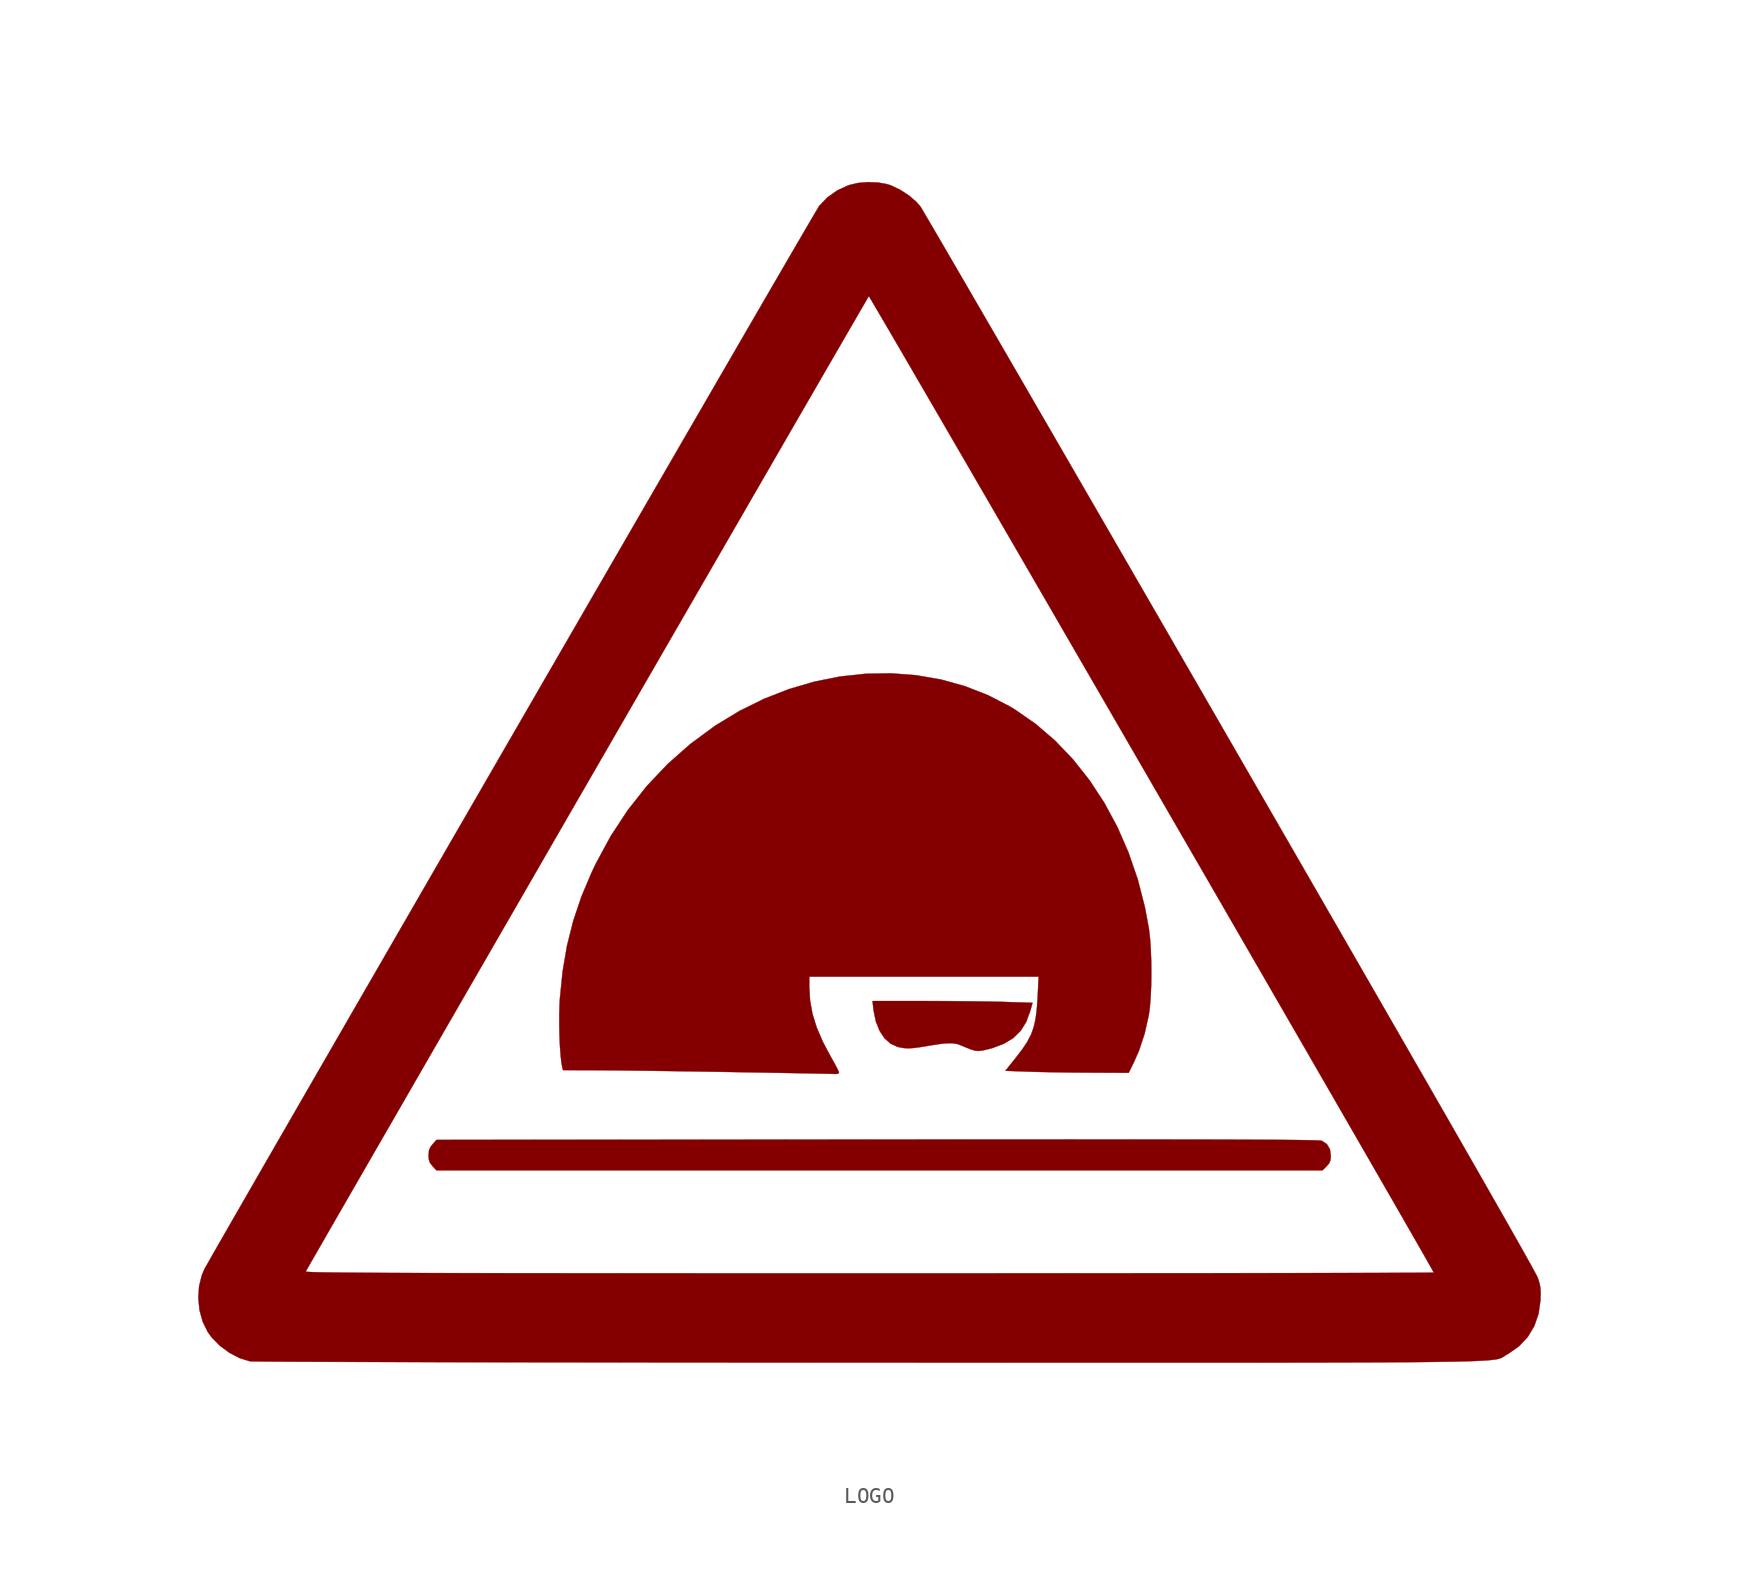
<source format=kicad_sym>
(kicad_symbol_lib
  (version 20220914)
  (generator bitmap2component)
  (symbol "LOGO"
    (pin_names
      (offset 1.016))
    (property "Reference" "#G"
      (at 0 43.222 0)
      (effects (font (size 1.27 1.27)) hide))
    (symbol "LOGO_0_0"
      (polyline (pts (xy 20.487 -36.908) (xy 22.345 -36.908) (xy 24.076 -36.907) (xy 25.684 -36.906) (xy 27.175 -36.904) (xy 28.553 -36.901) (xy 29.822 -36.898) (xy 30.987 -36.894) (xy 32.053 -36.89) (xy 33.025 -36.884) (xy 33.906 -36.878) (xy 34.702 -36.871) (xy 35.418 -36.863) (xy 36.057 -36.853) (xy 36.624 -36.843) (xy 37.125 -36.831) (xy 37.563 -36.819) (xy 37.944 -36.805) (xy 38.272 -36.789) (xy 38.551 -36.772) (xy 38.787 -36.754) (xy 38.983 -36.734) (xy 39.145 -36.713) (xy 39.277 -36.69) (xy 39.383 -36.665) (xy 39.469 -36.638) (xy 39.539 -36.61) (xy 39.598 -36.58) (xy 39.65 -36.548) (xy 39.699 -36.514) (xy 39.751 -36.477) (xy 39.81 -36.439) (xy 39.88 -36.398) (xy 39.977 -36.346) (xy 40.644 -35.876) (xy 41.182 -35.3) (xy 41.587 -34.625) (xy 41.853 -33.862) (xy 41.973 -33.02) (xy 41.978 -32.907) (xy 41.987 -32.519) (xy 41.967 -32.219) (xy 41.911 -31.942) (xy 41.812 -31.623) (xy 41.802 -31.599) (xy 41.725 -31.443) (xy 41.576 -31.165) (xy 41.355 -30.762) (xy 41.06 -30.235) (xy 40.693 -29.581) (xy 40.251 -28.799) (xy 39.734 -27.889) (xy 39.142 -26.85) (xy 38.474 -25.679) (xy 37.729 -24.377) (xy 36.907 -22.941) (xy 36.007 -21.372) (xy 35.028 -19.667) (xy 33.969 -17.826) (xy 32.831 -15.847) (xy 31.612 -13.73) (xy 30.312 -11.473) (xy 28.93 -9.075) (xy 27.466 -6.535) (xy 25.918 -3.852) (xy 24.287 -1.025) (xy 22.571 1.947) (xy 21.806 3.273) (xy 20.55 5.448) (xy 19.316 7.584) (xy 18.107 9.678) (xy 16.924 11.723) (xy 15.772 13.717) (xy 14.653 15.653) (xy 13.569 17.527) (xy 12.523 19.335) (xy 11.518 21.071) (xy 10.556 22.732) (xy 9.642 24.311) (xy 8.776 25.806) (xy 7.962 27.21) (xy 7.202 28.519) (xy 6.5 29.729) (xy 5.858 30.834) (xy 5.279 31.831) (xy 4.765 32.714) (xy 4.32 33.478) (xy 3.945 34.12) (xy 3.644 34.633) (xy 3.42 35.014) (xy 3.275 35.257) (xy 3.211 35.359) (xy 2.955 35.652) (xy 2.493 36.044) (xy 1.95 36.395) (xy 1.375 36.669) (xy 1.149 36.742) (xy 0.569 36.848) (xy -0.069 36.872) (xy -0.703 36.816) (xy -1.27 36.678) (xy -1.281 36.674) (xy -1.977 36.353) (xy -2.598 35.913) (xy -3.104 35.383) (xy -3.118 35.361) (xy -3.211 35.207) (xy -3.384 34.914) (xy -3.634 34.488) (xy -3.957 33.935) (xy -4.351 33.26) (xy -4.811 32.47) (xy -5.335 31.569) (xy -5.919 30.564) (xy -6.56 29.46) (xy -7.255 28.263) (xy -8 26.978) (xy -8.792 25.611) (xy -9.629 24.168) (xy -10.505 22.655) (xy -11.42 21.077) (xy -12.368 19.439) (xy -13.347 17.748) (xy -14.354 16.01) (xy -15.384 14.229) (xy -16.436 12.412) (xy -17.506 10.563) (xy -18.589 8.69) (xy -19.684 6.797) (xy -20.787 4.891) (xy -21.894 2.976) (xy -23.003 1.059) (xy -24.109 -0.855) (xy -25.21 -2.76) (xy -26.303 -4.65) (xy -27.384 -6.52) (xy -28.449 -8.365) (xy -29.496 -10.177) (xy -30.522 -11.953) (xy -31.522 -13.685) (xy -32.495 -15.369) (xy -33.435 -16.999) (xy -34.341 -18.568) (xy -35.209 -20.072) (xy -36.035 -21.505) (xy -36.817 -22.861) (xy -37.551 -24.134) (xy -38.233 -25.319) (xy -38.861 -26.41) (xy -39.431 -27.401) (xy -39.941 -28.287) (xy -40.386 -29.062) (xy -40.763 -29.72) (xy -41.069 -30.256) (xy -41.301 -30.664) (xy -41.456 -30.938) (xy -41.53 -31.073) (xy -41.591 -31.215) (xy -35.197 -31.215) (xy -35.167 -31.16) (xy -35.056 -30.965) (xy -34.867 -30.635) (xy -34.602 -30.174) (xy -34.266 -29.589) (xy -33.861 -28.886) (xy -33.392 -28.07) (xy -32.861 -27.148) (xy -32.272 -26.125) (xy -31.628 -25.008) (xy -30.932 -23.802) (xy -30.189 -22.513) (xy -29.401 -21.147) (xy -28.573 -19.71) (xy -27.706 -18.207) (xy -26.805 -16.645) (xy -25.873 -15.03) (xy -24.914 -13.367) (xy -23.93 -11.663) (xy -22.926 -9.922) (xy -21.904 -8.152) (xy -20.868 -6.358) (xy -19.822 -4.545) (xy -18.769 -2.72) (xy -17.712 -0.889) (xy -16.654 0.943) (xy -15.6 2.769) (xy -14.552 4.584) (xy -13.514 6.381) (xy -12.489 8.156) (xy -11.48 9.902) (xy -10.492 11.613) (xy -9.527 13.283) (xy -8.589 14.907) (xy -7.682 16.478) (xy -6.807 17.991) (xy -5.97 19.44) (xy -5.174 20.818) (xy -4.421 22.12) (xy -3.715 23.341) (xy -3.06 24.473) (xy -2.459 25.512) (xy -1.915 26.452) (xy -1.433 27.285) (xy -1.014 28.008) (xy -0.663 28.613) (xy -0.383 29.095) (xy -0.178 29.448) (xy -0.05 29.667) (xy -0.004 29.744) (xy 0.037 29.682) (xy 0.16 29.479) (xy 0.36 29.14) (xy 0.635 28.672) (xy 0.981 28.081) (xy 1.395 27.372) (xy 1.874 26.552) (xy 2.414 25.625) (xy 3.011 24.598) (xy 3.663 23.478) (xy 4.365 22.269) (xy 5.115 20.977) (xy 5.91 19.609) (xy 6.745 18.17) (xy 7.617 16.666) (xy 8.523 15.104) (xy 9.46 13.488) (xy 10.423 11.825) (xy 11.411 10.12) (xy 12.419 8.38) (xy 13.444 6.61) (xy 14.482 4.817) (xy 15.531 3.005) (xy 16.587 1.181) (xy 17.646 -0.649) (xy 18.705 -2.479) (xy 19.76 -4.304) (xy 20.809 -6.117) (xy 21.848 -7.914) (xy 22.873 -9.687) (xy 23.881 -11.431) (xy 24.869 -13.141) (xy 25.833 -14.81) (xy 26.77 -16.432) (xy 27.676 -18.002) (xy 28.549 -19.514) (xy 29.384 -20.962) (xy 30.179 -22.339) (xy 30.929 -23.641) (xy 31.632 -24.861) (xy 32.285 -25.994) (xy 32.883 -27.033) (xy 33.423 -27.973) (xy 33.902 -28.808) (xy 34.317 -29.532) (xy 34.664 -30.139) (xy 34.94 -30.623) (xy 35.141 -30.979) (xy 35.264 -31.2) (xy 35.306 -31.281) (xy 35.263 -31.283) (xy 35.062 -31.286) (xy 34.7 -31.289) (xy 34.185 -31.292) (xy 33.52 -31.295) (xy 32.713 -31.298) (xy 31.768 -31.301) (xy 30.691 -31.303) (xy 29.488 -31.306) (xy 28.163 -31.308) (xy 26.723 -31.311) (xy 25.174 -31.313) (xy 23.52 -31.315) (xy 21.767 -31.317) (xy 19.921 -31.319) (xy 17.988 -31.32) (xy 15.973 -31.322) (xy 13.881 -31.323) (xy 11.718 -31.324) (xy 9.489 -31.325) (xy 7.201 -31.326) (xy 4.859 -31.326) (xy 2.468 -31.326) (xy 0.033 -31.327) (xy -1.88 -31.327) (xy -4.75 -31.326) (xy -7.458 -31.326) (xy -10.008 -31.326) (xy -12.404 -31.325) (xy -14.652 -31.324) (xy -16.754 -31.323) (xy -18.716 -31.322) (xy -20.542 -31.32) (xy -22.237 -31.318) (xy -23.804 -31.316) (xy -25.248 -31.314) (xy -26.573 -31.311) (xy -27.784 -31.308) (xy -28.885 -31.304) (xy -29.881 -31.301) (xy -30.775 -31.297) (xy -31.573 -31.292) (xy -32.278 -31.287) (xy -32.894 -31.282) (xy -33.427 -31.276) (xy -33.881 -31.27) (xy -34.259 -31.264) (xy -34.567 -31.257) (xy -34.808 -31.249) (xy -34.987 -31.241) (xy -35.109 -31.233) (xy -35.177 -31.224) (xy -35.197 -31.215) (xy -41.591 -31.215) (xy -41.689 -31.441) (xy -41.862 -32.139) (xy -41.909 -32.884) (xy -41.833 -33.634) (xy -41.636 -34.35) (xy -41.32 -34.992) (xy -41.066 -35.34) (xy -40.561 -35.853) (xy -39.968 -36.291) (xy -39.331 -36.624) (xy -38.693 -36.822) (xy -38.666 -36.824) (xy -38.484 -36.829) (xy -38.14 -36.834) (xy -37.639 -36.839) (xy -36.987 -36.844) (xy -36.188 -36.849) (xy -35.248 -36.853) (xy -34.171 -36.858) (xy -32.964 -36.862) (xy -31.63 -36.866) (xy -30.175 -36.87) (xy -28.605 -36.874) (xy -26.924 -36.878) (xy -25.138 -36.881) (xy -23.252 -36.885) (xy -21.27 -36.888) (xy -19.198 -36.891) (xy -17.041 -36.893) (xy -14.805 -36.895) (xy -12.494 -36.898) (xy -10.114 -36.9) (xy -7.669 -36.901) (xy -5.165 -36.902) (xy -2.607 -36.903) (xy 0 -36.904) (xy 0.496 -36.904) (xy 3.537 -36.905) (xy 6.413 -36.906) (xy 9.13 -36.907) (xy 11.692 -36.907) (xy 14.104 -36.908) (xy 16.371 -36.908) (xy 18.497 -36.908) (xy 20.487 -36.908)) (stroke (width 0.01) (type default)) (fill (type outline)))
      (polyline (pts (xy 28.611 -24.631) (xy 28.766 -24.451) (xy 28.851 -24.249) (xy 28.871 -23.966) (xy 28.813 -23.572) (xy 28.624 -23.253) (xy 28.303 -23.04) (xy 28.248 -23.032) (xy 28.102 -23.022) (xy 27.863 -23.014) (xy 27.526 -23.006) (xy 27.088 -22.999) (xy 26.546 -22.993) (xy 25.895 -22.987) (xy 25.131 -22.982) (xy 24.252 -22.977) (xy 23.253 -22.973) (xy 22.13 -22.969) (xy 20.879 -22.966) (xy 19.497 -22.964) (xy 17.98 -22.962) (xy 16.324 -22.961) (xy 14.525 -22.96) (xy 12.58 -22.959) (xy 10.484 -22.96) (xy 8.234 -22.96) (xy 5.827 -22.961) (xy 3.257 -22.963) (xy 0.522 -22.965) (xy -27.023 -22.987) (xy -27.27 -23.264) (xy -27.402 -23.433) (xy -27.493 -23.654) (xy -27.517 -23.953) (xy -27.503 -24.198) (xy -27.432 -24.42) (xy -27.271 -24.629) (xy -27.025 -24.892) (xy 0.662 -24.892) (xy 28.35 -24.892) (xy 28.611 -24.631)) (stroke (width 0.01) (type default)) (fill (type outline)))
      (polyline (pts (xy -1.934 -18.855) (xy -1.863 -18.787) (xy -1.863 -18.785) (xy -1.905 -18.676) (xy -2.016 -18.453) (xy -2.179 -18.149) (xy -2.378 -17.796) (xy -2.879 -16.855) (xy -3.262 -15.961) (xy -3.526 -15.108) (xy -3.677 -14.267) (xy -3.725 -13.409) (xy -3.725 -12.785) (xy 3.442 -12.785) (xy 10.609 -12.785) (xy 10.553 -13.972) (xy 10.549 -14.057) (xy 10.498 -14.801) (xy 10.421 -15.416) (xy 10.304 -15.94) (xy 10.134 -16.41) (xy 9.898 -16.863) (xy 9.583 -17.335) (xy 9.175 -17.865) (xy 8.53 -18.669) (xy 9.916 -18.721) (xy 10.314 -18.733) (xy 10.896 -18.747) (xy 11.573 -18.76) (xy 12.305 -18.771) (xy 13.05 -18.779) (xy 13.771 -18.784) (xy 16.238 -18.796) (xy 16.579 -18.098) (xy 16.885 -17.404) (xy 17.23 -16.36) (xy 17.493 -15.198) (xy 17.556 -14.75) (xy 17.609 -14.11) (xy 17.642 -13.378) (xy 17.654 -12.594) (xy 17.646 -11.799) (xy 17.617 -11.033) (xy 17.567 -10.338) (xy 17.496 -9.754) (xy 17.253 -8.452) (xy 16.803 -6.702) (xy 16.226 -5.023) (xy 15.528 -3.426) (xy 14.715 -1.919) (xy 13.794 -0.514) (xy 12.77 0.781) (xy 11.649 1.955) (xy 10.437 2.999) (xy 9.141 3.902) (xy 8.822 4.095) (xy 7.442 4.808) (xy 5.997 5.372) (xy 4.498 5.787) (xy 2.957 6.053) (xy 1.384 6.173) (xy -0.208 6.145) (xy -1.81 5.971) (xy -3.41 5.651) (xy -4.997 5.186) (xy -6.559 4.576) (xy -8.087 3.821) (xy -9.567 2.924) (xy -9.636 2.878) (xy -11.171 1.746) (xy -12.589 0.491) (xy -13.888 -0.883) (xy -15.068 -2.377) (xy -16.127 -3.988) (xy -17.063 -5.715) (xy -17.317 -6.248) (xy -17.963 -7.775) (xy -18.475 -9.295) (xy -18.865 -10.845) (xy -19.141 -12.461) (xy -19.314 -14.182) (xy -19.334 -14.553) (xy -19.35 -15.158) (xy -19.35 -15.804) (xy -19.337 -16.457) (xy -19.31 -17.082) (xy -19.271 -17.644) (xy -19.222 -18.107) (xy -19.164 -18.436) (xy -19.116 -18.627) (xy -16.861 -18.635) (xy -16.636 -18.637) (xy -16.085 -18.641) (xy -15.395 -18.648) (xy -14.587 -18.658) (xy -13.683 -18.669) (xy -12.702 -18.683) (xy -11.665 -18.698) (xy -10.593 -18.714) (xy -9.506 -18.731) (xy -8.424 -18.749) (xy -7.518 -18.764) (xy -6.546 -18.781) (xy -5.634 -18.797) (xy -4.794 -18.812) (xy -4.041 -18.826) (xy -3.387 -18.838) (xy -2.848 -18.849) (xy -2.437 -18.858) (xy -2.167 -18.864) (xy -2.053 -18.867) (xy -1.934 -18.855)) (stroke (width 0.01) (type default)) (fill (type outline)))
      (polyline (pts (xy 7.125 -17.397) (xy 7.496 -17.31) (xy 7.725 -17.247) (xy 8.446 -16.974) (xy 9.029 -16.62) (xy 9.486 -16.172) (xy 9.832 -15.619) (xy 10.081 -14.946) (xy 10.227 -14.42) (xy 8.444 -14.364) (xy 8.095 -14.355) (xy 7.479 -14.342) (xy 6.753 -14.331) (xy 5.952 -14.322) (xy 5.11 -14.315) (xy 4.263 -14.31) (xy 3.446 -14.309) (xy 0.23 -14.309) (xy 0.282 -14.796) (xy 0.294 -14.898) (xy 0.435 -15.58) (xy 0.666 -16.164) (xy 0.978 -16.636) (xy 1.359 -16.977) (xy 1.799 -17.173) (xy 1.938 -17.206) (xy 2.203 -17.25) (xy 2.476 -17.264) (xy 2.796 -17.245) (xy 3.203 -17.192) (xy 3.736 -17.104) (xy 3.901 -17.075) (xy 4.457 -16.99) (xy 4.888 -16.948) (xy 5.225 -16.948) (xy 5.498 -16.989) (xy 5.739 -17.071) (xy 5.761 -17.081) (xy 6.062 -17.208) (xy 6.35 -17.322) (xy 6.38 -17.333) (xy 6.626 -17.408) (xy 6.855 -17.43) (xy 7.125 -17.397)) (stroke (width 0.01) (type default)) (fill (type outline))))))
</source>
